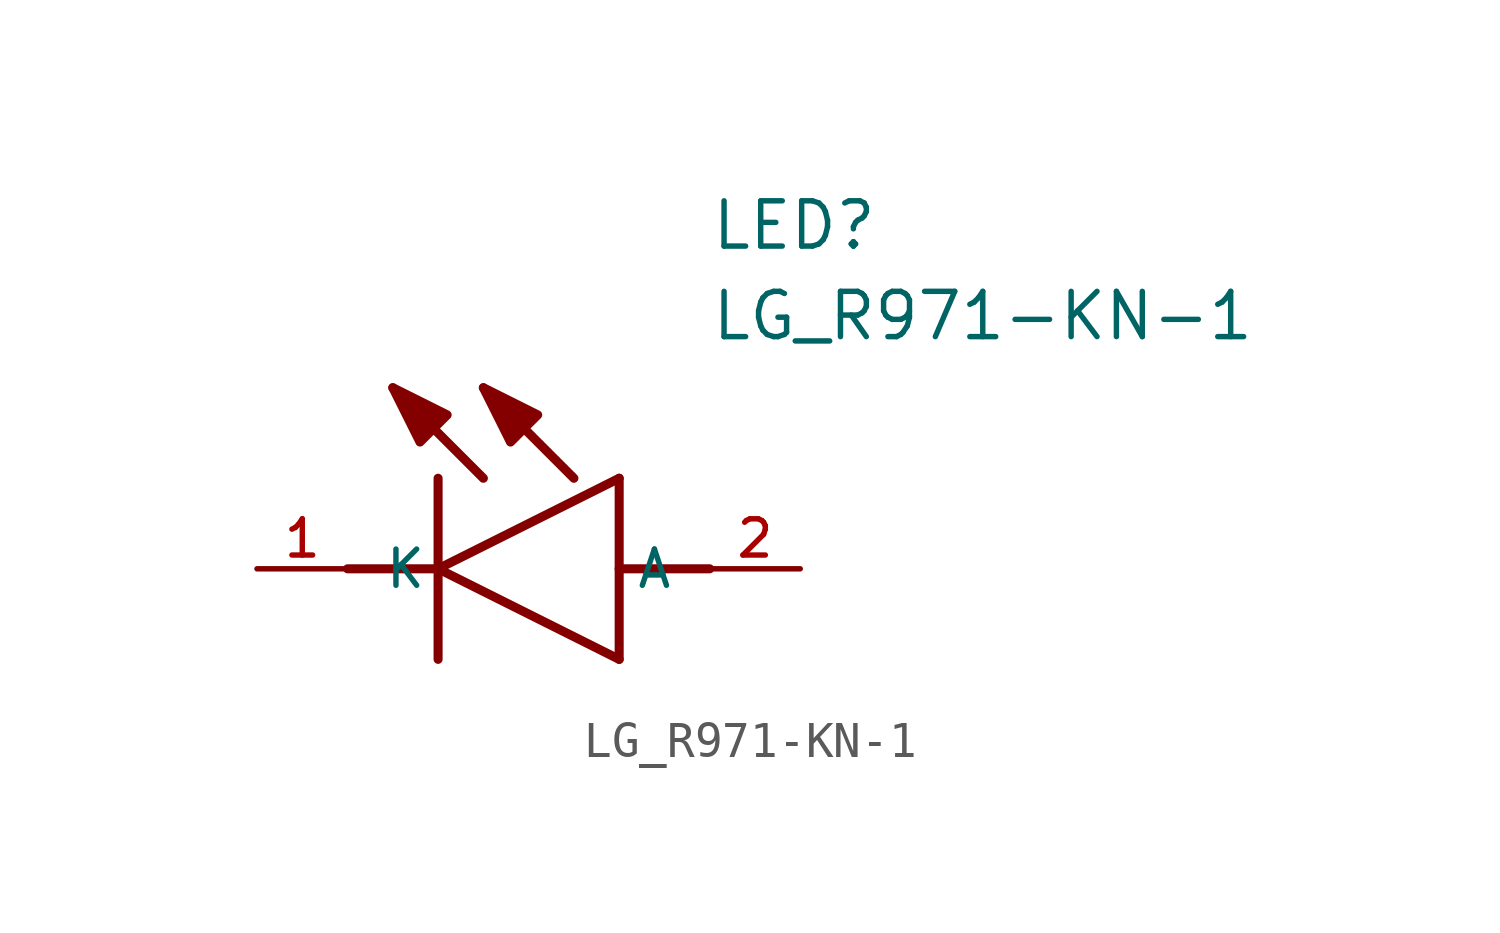
<source format=kicad_sym>
(kicad_symbol_lib
  (version 20211014)
  (generator kicad_symbol_editor)
  (symbol "LG_R971-KN-1"
    (pin_names
      (offset 1.016))
    (property "Reference" "LED"
      (at 12.7 8.89 0)
      (effects (font (size 1.27 1.27)) (justify bottom left)))
    (property "Value" "LG_R971-KN-1"
      (at 12.7 6.35 0)
      (effects (font (size 1.27 1.27)) (justify bottom left)))
    (symbol "LG_R971-KN-1_0_0"
      (polyline (pts (xy 5.08 0.0) (xy 10.16 2.54)) (stroke (width 0.254)))
      (polyline (pts (xy 10.16 -2.54) (xy 10.16 2.54)) (stroke (width 0.254)))
      (polyline (pts (xy 10.16 -2.54) (xy 5.08 0.0)) (stroke (width 0.254)))
      (polyline (pts (xy 5.08 2.54) (xy 5.08 -2.54)) (stroke (width 0.254)))
      (polyline (pts (xy 6.35 2.54) (xy 3.81 5.08)) (stroke (width 0.254)))
      (polyline (pts (xy 8.89 2.54) (xy 6.35 5.08)) (stroke (width 0.254)))
      (polyline (pts (xy 2.54 0.0) (xy 5.08 0.0)) (stroke (width 0.254)))
      (polyline (pts (xy 10.16 0.0) (xy 12.7 0.0)) (stroke (width 0.254)))
      (polyline (pts (xy 5.334 4.318) (xy 4.572 3.556) (xy 3.81 5.08) (xy 5.334 4.318)) (stroke (width 0.254)) (fill (type outline)))
      (polyline (pts (xy 7.874 4.318) (xy 7.112 3.556) (xy 6.35 5.08) (xy 7.874 4.318)) (stroke (width 0.254)) (fill (type outline)))
      (pin bidirectional line (at 0.0 0.0 0) (length 2.54) (name "K" (effects (font (size 1.016 1.016)))) (number "1" (effects (font (size 1.016 1.016)))))
      (pin bidirectional line (at 15.24 0.0 180.0) (length 2.54) (name "A" (effects (font (size 1.016 1.016)))) (number "2" (effects (font (size 1.016 1.016))))))))
</source>
